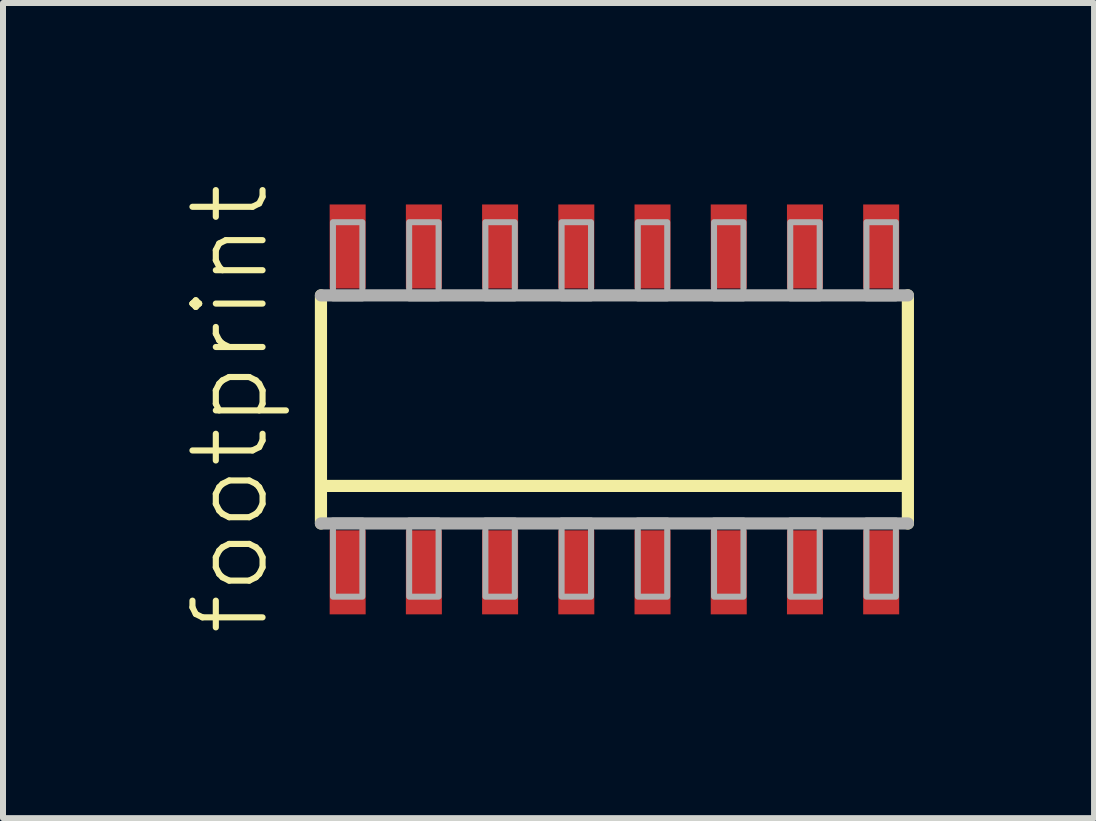
<source format=kicad_pcb>
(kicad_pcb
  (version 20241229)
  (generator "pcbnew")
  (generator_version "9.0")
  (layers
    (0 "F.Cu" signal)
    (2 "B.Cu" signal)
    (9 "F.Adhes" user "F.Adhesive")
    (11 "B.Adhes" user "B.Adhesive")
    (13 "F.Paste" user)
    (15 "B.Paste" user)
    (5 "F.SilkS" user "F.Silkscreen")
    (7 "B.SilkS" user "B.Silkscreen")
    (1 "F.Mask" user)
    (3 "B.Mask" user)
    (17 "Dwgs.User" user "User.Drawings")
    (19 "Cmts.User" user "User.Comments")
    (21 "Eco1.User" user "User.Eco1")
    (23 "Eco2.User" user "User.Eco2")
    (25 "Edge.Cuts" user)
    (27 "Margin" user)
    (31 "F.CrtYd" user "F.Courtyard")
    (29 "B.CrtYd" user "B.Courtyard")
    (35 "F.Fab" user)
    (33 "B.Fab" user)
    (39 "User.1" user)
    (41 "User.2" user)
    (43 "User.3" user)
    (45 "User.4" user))
  (footprint "footprint"
    (layer "F.Cu")
    (at 7.188 3.772)
    (property "Reference" "footprint" (at -5.715 3.81 90) (layer "F.SilkS") (effects (font (size 1.168 1.168) (thickness 0.102)) (justify left bottom)))
    (fp_line (start -4.89 1.9) (end -4.89 -1.9) (stroke (width 0.203) (type solid)) (layer "F.SilkS"))
    (fp_line (start 4.84 1.275) (end -4.84 1.275) (stroke (width 0.203) (type solid)) (layer "F.SilkS"))
    (fp_line (start 4.89 -1.9) (end 4.89 1.9) (stroke (width 0.203) (type solid)) (layer "F.SilkS"))
    (fp_line (start -4.89 -1.9) (end 4.89 -1.9) (stroke (width 0.203) (type solid)) (layer "F.Fab"))
    (fp_line (start 4.89 1.9) (end -4.89 1.9) (stroke (width 0.203) (type solid)) (layer "F.Fab"))
    (fp_poly (pts (xy -4.69 3.12) (xy -4.2 3.12) (xy -4.2 1.85) (xy -4.69 1.85)) (stroke (width 0.1) (type solid)) (fill no) (layer "F.Fab"))
    (fp_poly (pts (xy -4.2 -3.12) (xy -4.69 -3.12) (xy -4.69 -1.85) (xy -4.2 -1.85)) (stroke (width 0.1) (type solid)) (fill no) (layer "F.Fab"))
    (fp_poly (pts (xy -3.42 3.12) (xy -2.93 3.12) (xy -2.93 1.85) (xy -3.42 1.85)) (stroke (width 0.1) (type solid)) (fill no) (layer "F.Fab"))
    (fp_poly (pts (xy -2.93 -3.12) (xy -3.42 -3.12) (xy -3.42 -1.85) (xy -2.93 -1.85)) (stroke (width 0.1) (type solid)) (fill no) (layer "F.Fab"))
    (fp_poly (pts (xy -2.15 3.12) (xy -1.66 3.12) (xy -1.66 1.85) (xy -2.15 1.85)) (stroke (width 0.1) (type solid)) (fill no) (layer "F.Fab"))
    (fp_poly (pts (xy -1.66 -3.12) (xy -2.15 -3.12) (xy -2.15 -1.85) (xy -1.66 -1.85)) (stroke (width 0.1) (type solid)) (fill no) (layer "F.Fab"))
    (fp_poly (pts (xy -0.88 3.12) (xy -0.39 3.12) (xy -0.39 1.85) (xy -0.88 1.85)) (stroke (width 0.1) (type solid)) (fill no) (layer "F.Fab"))
    (fp_poly (pts (xy -0.39 -3.12) (xy -0.88 -3.12) (xy -0.88 -1.85) (xy -0.39 -1.85)) (stroke (width 0.1) (type solid)) (fill no) (layer "F.Fab"))
    (fp_poly (pts (xy 0.39 3.12) (xy 0.88 3.12) (xy 0.88 1.85) (xy 0.39 1.85)) (stroke (width 0.1) (type solid)) (fill no) (layer "F.Fab"))
    (fp_poly (pts (xy 0.88 -3.12) (xy 0.39 -3.12) (xy 0.39 -1.85) (xy 0.88 -1.85)) (stroke (width 0.1) (type solid)) (fill no) (layer "F.Fab"))
    (fp_poly (pts (xy 1.66 3.12) (xy 2.15 3.12) (xy 2.15 1.85) (xy 1.66 1.85)) (stroke (width 0.1) (type solid)) (fill no) (layer "F.Fab"))
    (fp_poly (pts (xy 2.15 -3.12) (xy 1.66 -3.12) (xy 1.66 -1.85) (xy 2.15 -1.85)) (stroke (width 0.1) (type solid)) (fill no) (layer "F.Fab"))
    (fp_poly (pts (xy 2.93 3.12) (xy 3.42 3.12) (xy 3.42 1.85) (xy 2.93 1.85)) (stroke (width 0.1) (type solid)) (fill no) (layer "F.Fab"))
    (fp_poly (pts (xy 3.42 -3.12) (xy 2.93 -3.12) (xy 2.93 -1.85) (xy 3.42 -1.85)) (stroke (width 0.1) (type solid)) (fill no) (layer "F.Fab"))
    (fp_poly (pts (xy 4.2 3.12) (xy 4.69 3.12) (xy 4.69 1.85) (xy 4.2 1.85)) (stroke (width 0.1) (type solid)) (fill no) (layer "F.Fab"))
    (fp_poly (pts (xy 4.69 -3.12) (xy 4.2 -3.12) (xy 4.2 -1.85) (xy 4.69 -1.85)) (stroke (width 0.1) (type solid)) (fill no) (layer "F.Fab"))
    (pad "1" smd rect (at -4.445 2.715) (size 0.6 1.4) (layers "F.Cu" "F.Mask" "F.Paste"))
    (pad "2" smd rect (at -3.175 2.715) (size 0.6 1.4) (layers "F.Cu" "F.Mask" "F.Paste"))
    (pad "3" smd rect (at -1.905 2.715) (size 0.6 1.4) (layers "F.Cu" "F.Mask" "F.Paste"))
    (pad "4" smd rect (at -0.635 2.715) (size 0.6 1.4) (layers "F.Cu" "F.Mask" "F.Paste"))
    (pad "5" smd rect (at 0.635 2.715) (size 0.6 1.4) (layers "F.Cu" "F.Mask" "F.Paste"))
    (pad "6" smd rect (at 1.905 2.715) (size 0.6 1.4) (layers "F.Cu" "F.Mask" "F.Paste"))
    (pad "7" smd rect (at 3.175 2.715) (size 0.6 1.4) (layers "F.Cu" "F.Mask" "F.Paste"))
    (pad "8" smd rect (at 4.445 2.715) (size 0.6 1.4) (layers "F.Cu" "F.Mask" "F.Paste"))
    (pad "9" smd rect (at 4.445 -2.715 180) (size 0.6 1.4) (layers "F.Cu" "F.Mask" "F.Paste"))
    (pad "10" smd rect (at 3.175 -2.715 180) (size 0.6 1.4) (layers "F.Cu" "F.Mask" "F.Paste"))
    (pad "11" smd rect (at 1.905 -2.715 180) (size 0.6 1.4) (layers "F.Cu" "F.Mask" "F.Paste"))
    (pad "12" smd rect (at 0.635 -2.715 180) (size 0.6 1.4) (layers "F.Cu" "F.Mask" "F.Paste"))
    (pad "13" smd rect (at -0.635 -2.715 180) (size 0.6 1.4) (layers "F.Cu" "F.Mask" "F.Paste"))
    (pad "14" smd rect (at -1.905 -2.715 180) (size 0.6 1.4) (layers "F.Cu" "F.Mask" "F.Paste"))
    (pad "15" smd rect (at -3.175 -2.715 180) (size 0.6 1.4) (layers "F.Cu" "F.Mask" "F.Paste"))
    (pad "16" smd rect (at -4.445 -2.715 180) (size 0.6 1.4) (layers "F.Cu" "F.Mask" "F.Paste")))
  (gr_rect
    (start -3 -3)
    (end 15.18 10.582)
    (stroke (width 0.1) (type default))
    (fill no)
    (layer "Edge.Cuts")))
</source>
